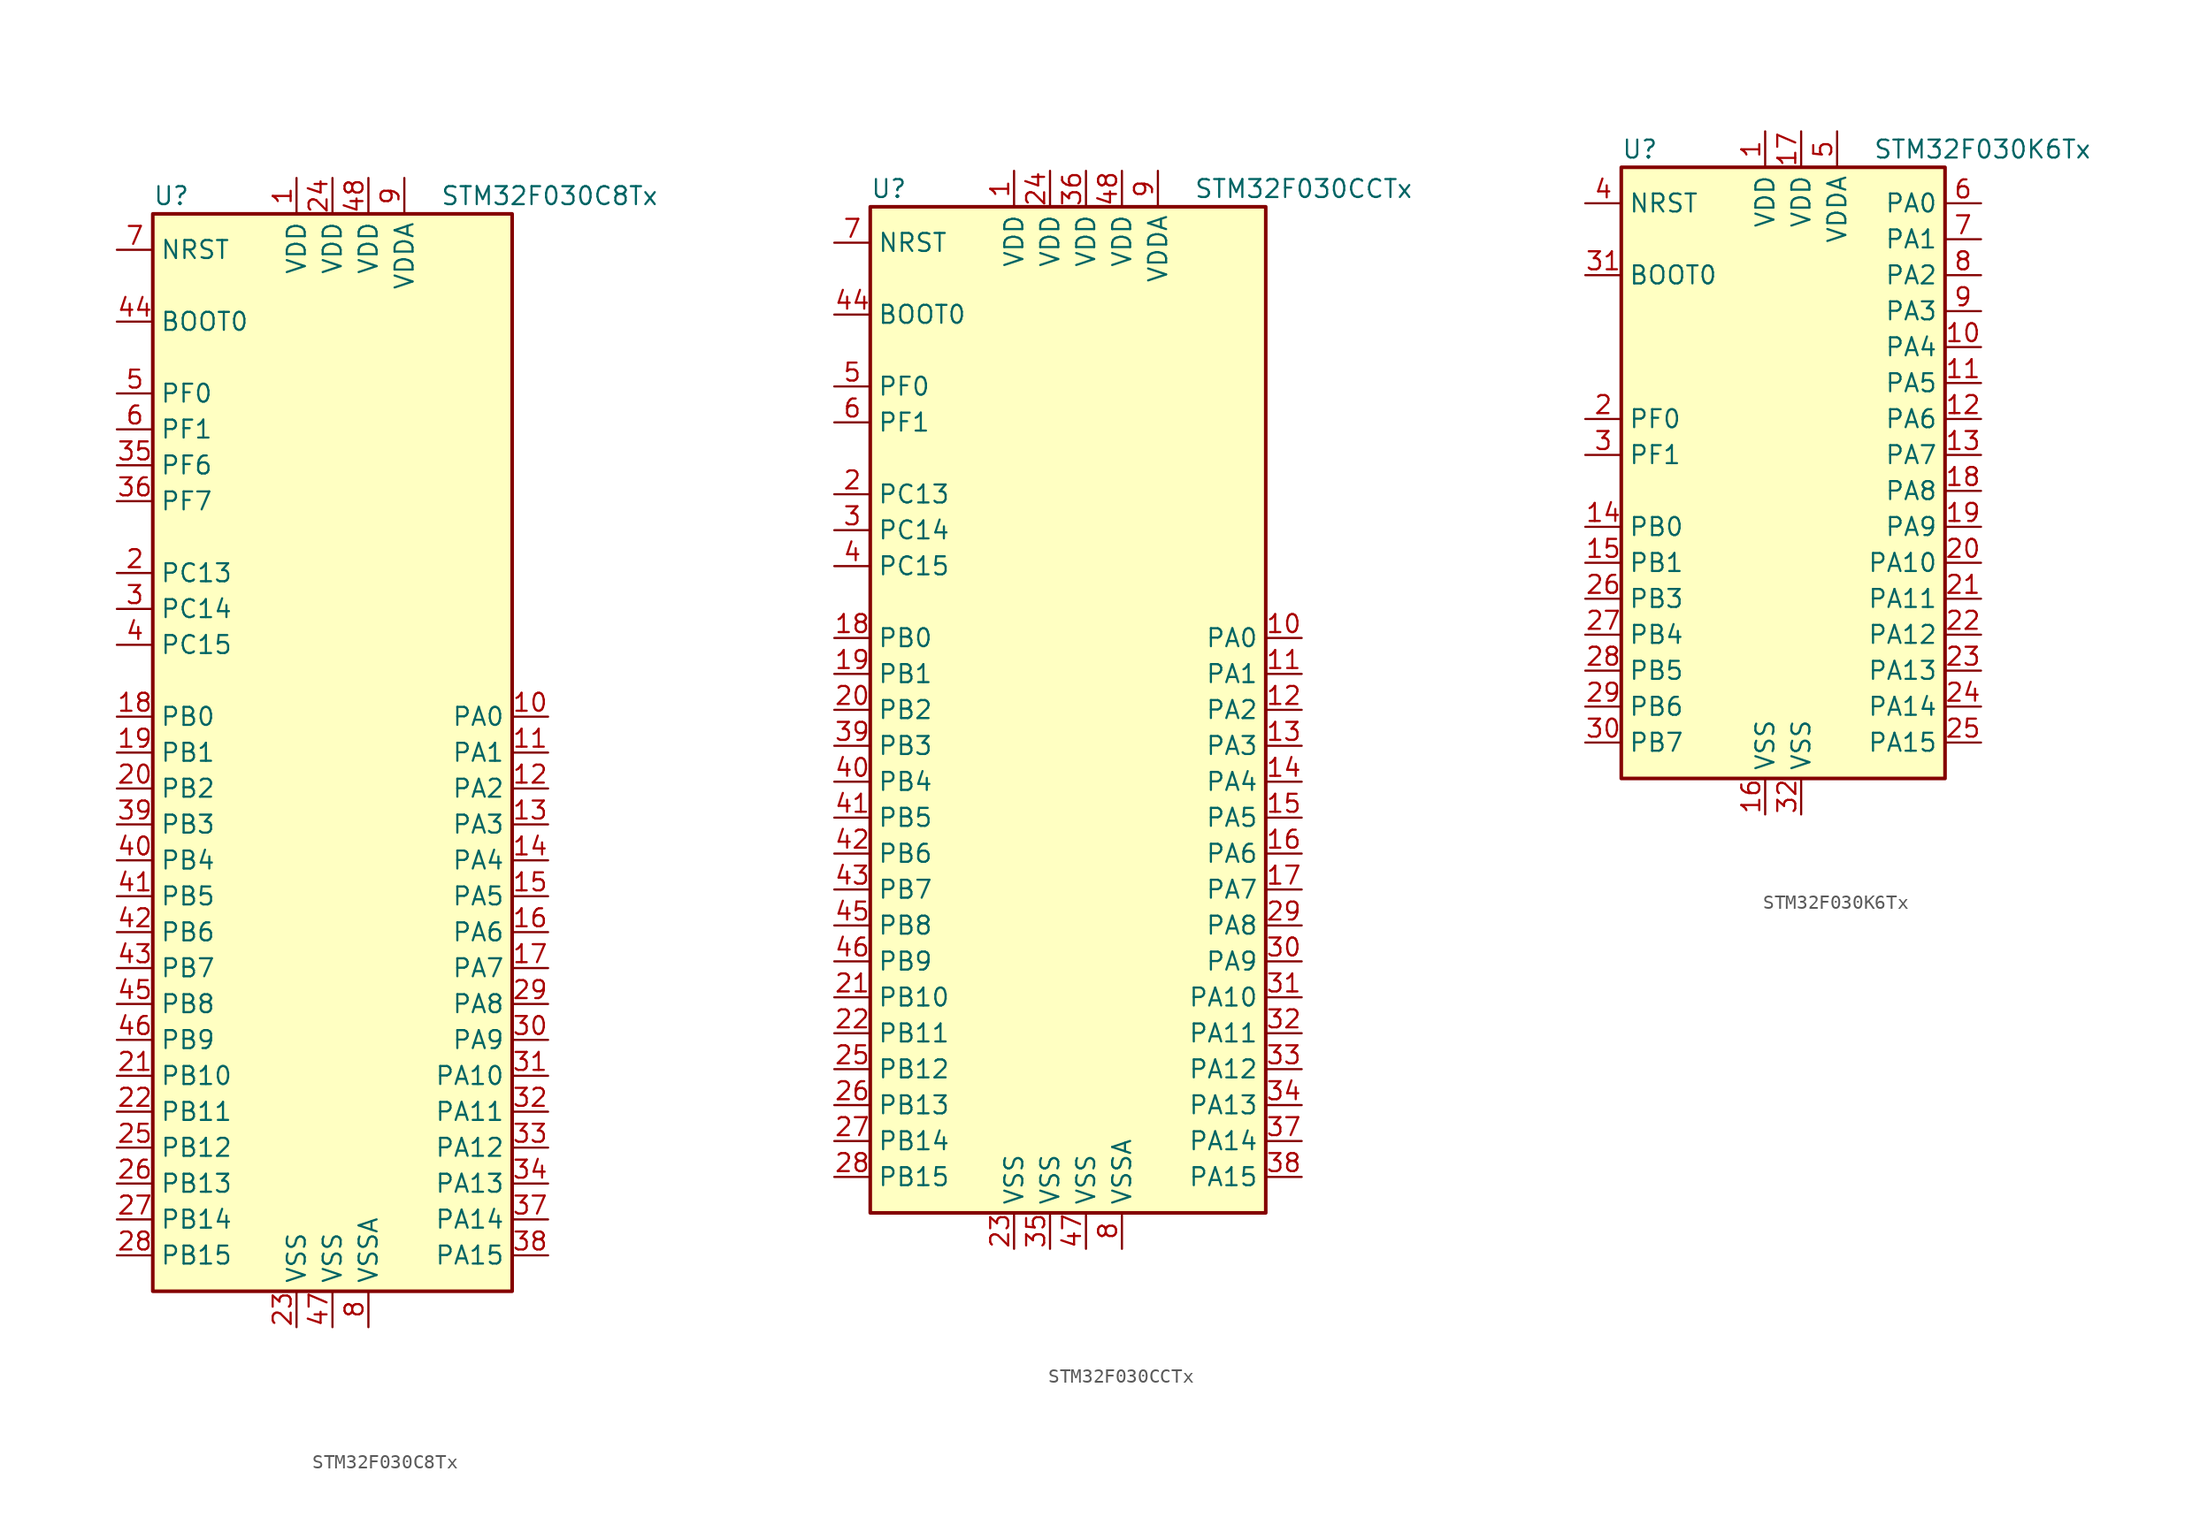
<source format=kicad_sym>
(kicad_symbol_lib
  (version 20201005)
  (generator kicad_symbol_editor)
  (symbol "MCU_ST_STM32F0:STM32F030C8Tx"
    (property "Reference" "U"
      (at -12.7 39.37 0)
      (effects (font (size 1.27 1.27)) (justify left)))
    (property "Value" "STM32F030C8Tx"
      (at 7.62 39.37 0)
      (effects (font (size 1.27 1.27)) (justify left)))
    (symbol "STM32F030C8Tx_0_1"
      (rectangle (start -12.7 -38.1) (end 12.7 38.1) (stroke (width 0.254)) (fill (type background))))
    (symbol "STM32F030C8Tx_1_1"
      (pin power_in line (at -2.54 40.64 270) (length 2.54) (name "VDD" (effects (font (size 1.27 1.27)))) (number "1" (effects (font (size 1.27 1.27)))))
      (pin bidirectional line (at 15.24 2.54 180) (length 2.54) (name "PA0" (effects (font (size 1.27 1.27)))) (number "10" (effects (font (size 1.27 1.27)))))
      (pin bidirectional line (at 15.24 0 180) (length 2.54) (name "PA1" (effects (font (size 1.27 1.27)))) (number "11" (effects (font (size 1.27 1.27)))))
      (pin bidirectional line (at 15.24 -2.54 180) (length 2.54) (name "PA2" (effects (font (size 1.27 1.27)))) (number "12" (effects (font (size 1.27 1.27)))))
      (pin bidirectional line (at 15.24 -5.08 180) (length 2.54) (name "PA3" (effects (font (size 1.27 1.27)))) (number "13" (effects (font (size 1.27 1.27)))))
      (pin bidirectional line (at 15.24 -7.62 180) (length 2.54) (name "PA4" (effects (font (size 1.27 1.27)))) (number "14" (effects (font (size 1.27 1.27)))))
      (pin bidirectional line (at 15.24 -10.16 180) (length 2.54) (name "PA5" (effects (font (size 1.27 1.27)))) (number "15" (effects (font (size 1.27 1.27)))))
      (pin bidirectional line (at 15.24 -12.7 180) (length 2.54) (name "PA6" (effects (font (size 1.27 1.27)))) (number "16" (effects (font (size 1.27 1.27)))))
      (pin bidirectional line (at 15.24 -15.24 180) (length 2.54) (name "PA7" (effects (font (size 1.27 1.27)))) (number "17" (effects (font (size 1.27 1.27)))))
      (pin bidirectional line (at -15.24 2.54 0) (length 2.54) (name "PB0" (effects (font (size 1.27 1.27)))) (number "18" (effects (font (size 1.27 1.27)))))
      (pin bidirectional line (at -15.24 0 0) (length 2.54) (name "PB1" (effects (font (size 1.27 1.27)))) (number "19" (effects (font (size 1.27 1.27)))))
      (pin bidirectional line (at -15.24 12.7 0) (length 2.54) (name "PC13" (effects (font (size 1.27 1.27)))) (number "2" (effects (font (size 1.27 1.27)))))
      (pin bidirectional line (at -15.24 -2.54 0) (length 2.54) (name "PB2" (effects (font (size 1.27 1.27)))) (number "20" (effects (font (size 1.27 1.27)))))
      (pin bidirectional line (at -15.24 -22.86 0) (length 2.54) (name "PB10" (effects (font (size 1.27 1.27)))) (number "21" (effects (font (size 1.27 1.27)))))
      (pin bidirectional line (at -15.24 -25.4 0) (length 2.54) (name "PB11" (effects (font (size 1.27 1.27)))) (number "22" (effects (font (size 1.27 1.27)))))
      (pin power_in line (at -2.54 -40.64 90) (length 2.54) (name "VSS" (effects (font (size 1.27 1.27)))) (number "23" (effects (font (size 1.27 1.27)))))
      (pin power_in line (at 0 40.64 270) (length 2.54) (name "VDD" (effects (font (size 1.27 1.27)))) (number "24" (effects (font (size 1.27 1.27)))))
      (pin bidirectional line (at -15.24 -27.94 0) (length 2.54) (name "PB12" (effects (font (size 1.27 1.27)))) (number "25" (effects (font (size 1.27 1.27)))))
      (pin bidirectional line (at -15.24 -30.48 0) (length 2.54) (name "PB13" (effects (font (size 1.27 1.27)))) (number "26" (effects (font (size 1.27 1.27)))))
      (pin bidirectional line (at -15.24 -33.02 0) (length 2.54) (name "PB14" (effects (font (size 1.27 1.27)))) (number "27" (effects (font (size 1.27 1.27)))))
      (pin bidirectional line (at -15.24 -35.56 0) (length 2.54) (name "PB15" (effects (font (size 1.27 1.27)))) (number "28" (effects (font (size 1.27 1.27)))))
      (pin bidirectional line (at 15.24 -17.78 180) (length 2.54) (name "PA8" (effects (font (size 1.27 1.27)))) (number "29" (effects (font (size 1.27 1.27)))))
      (pin bidirectional line (at -15.24 10.16 0) (length 2.54) (name "PC14" (effects (font (size 1.27 1.27)))) (number "3" (effects (font (size 1.27 1.27)))))
      (pin bidirectional line (at 15.24 -20.32 180) (length 2.54) (name "PA9" (effects (font (size 1.27 1.27)))) (number "30" (effects (font (size 1.27 1.27)))))
      (pin bidirectional line (at 15.24 -22.86 180) (length 2.54) (name "PA10" (effects (font (size 1.27 1.27)))) (number "31" (effects (font (size 1.27 1.27)))))
      (pin bidirectional line (at 15.24 -25.4 180) (length 2.54) (name "PA11" (effects (font (size 1.27 1.27)))) (number "32" (effects (font (size 1.27 1.27)))))
      (pin bidirectional line (at 15.24 -27.94 180) (length 2.54) (name "PA12" (effects (font (size 1.27 1.27)))) (number "33" (effects (font (size 1.27 1.27)))))
      (pin bidirectional line (at 15.24 -30.48 180) (length 2.54) (name "PA13" (effects (font (size 1.27 1.27)))) (number "34" (effects (font (size 1.27 1.27)))))
      (pin bidirectional line (at -15.24 20.32 0) (length 2.54) (name "PF6" (effects (font (size 1.27 1.27)))) (number "35" (effects (font (size 1.27 1.27)))))
      (pin bidirectional line (at -15.24 17.78 0) (length 2.54) (name "PF7" (effects (font (size 1.27 1.27)))) (number "36" (effects (font (size 1.27 1.27)))))
      (pin bidirectional line (at 15.24 -33.02 180) (length 2.54) (name "PA14" (effects (font (size 1.27 1.27)))) (number "37" (effects (font (size 1.27 1.27)))))
      (pin bidirectional line (at 15.24 -35.56 180) (length 2.54) (name "PA15" (effects (font (size 1.27 1.27)))) (number "38" (effects (font (size 1.27 1.27)))))
      (pin bidirectional line (at -15.24 -5.08 0) (length 2.54) (name "PB3" (effects (font (size 1.27 1.27)))) (number "39" (effects (font (size 1.27 1.27)))))
      (pin bidirectional line (at -15.24 7.62 0) (length 2.54) (name "PC15" (effects (font (size 1.27 1.27)))) (number "4" (effects (font (size 1.27 1.27)))))
      (pin bidirectional line (at -15.24 -7.62 0) (length 2.54) (name "PB4" (effects (font (size 1.27 1.27)))) (number "40" (effects (font (size 1.27 1.27)))))
      (pin bidirectional line (at -15.24 -10.16 0) (length 2.54) (name "PB5" (effects (font (size 1.27 1.27)))) (number "41" (effects (font (size 1.27 1.27)))))
      (pin bidirectional line (at -15.24 -12.7 0) (length 2.54) (name "PB6" (effects (font (size 1.27 1.27)))) (number "42" (effects (font (size 1.27 1.27)))))
      (pin bidirectional line (at -15.24 -15.24 0) (length 2.54) (name "PB7" (effects (font (size 1.27 1.27)))) (number "43" (effects (font (size 1.27 1.27)))))
      (pin input line (at -15.24 30.48 0) (length 2.54) (name "BOOT0" (effects (font (size 1.27 1.27)))) (number "44" (effects (font (size 1.27 1.27)))))
      (pin bidirectional line (at -15.24 -17.78 0) (length 2.54) (name "PB8" (effects (font (size 1.27 1.27)))) (number "45" (effects (font (size 1.27 1.27)))))
      (pin bidirectional line (at -15.24 -20.32 0) (length 2.54) (name "PB9" (effects (font (size 1.27 1.27)))) (number "46" (effects (font (size 1.27 1.27)))))
      (pin power_in line (at 0 -40.64 90) (length 2.54) (name "VSS" (effects (font (size 1.27 1.27)))) (number "47" (effects (font (size 1.27 1.27)))))
      (pin power_in line (at 2.54 40.64 270) (length 2.54) (name "VDD" (effects (font (size 1.27 1.27)))) (number "48" (effects (font (size 1.27 1.27)))))
      (pin input line (at -15.24 25.4 0) (length 2.54) (name "PF0" (effects (font (size 1.27 1.27)))) (number "5" (effects (font (size 1.27 1.27)))))
      (pin input line (at -15.24 22.86 0) (length 2.54) (name "PF1" (effects (font (size 1.27 1.27)))) (number "6" (effects (font (size 1.27 1.27)))))
      (pin input line (at -15.24 35.56 0) (length 2.54) (name "NRST" (effects (font (size 1.27 1.27)))) (number "7" (effects (font (size 1.27 1.27)))))
      (pin power_in line (at 2.54 -40.64 90) (length 2.54) (name "VSSA" (effects (font (size 1.27 1.27)))) (number "8" (effects (font (size 1.27 1.27)))))
      (pin power_in line (at 5.08 40.64 270) (length 2.54) (name "VDDA" (effects (font (size 1.27 1.27)))) (number "9" (effects (font (size 1.27 1.27)))))))
  (symbol "MCU_ST_STM32F0:STM32F030CCTx"
    (property "Reference" "U"
      (at -15.24 36.83 0)
      (effects (font (size 1.27 1.27)) (justify left)))
    (property "Value" "STM32F030CCTx"
      (at 7.62 36.83 0)
      (effects (font (size 1.27 1.27)) (justify left)))
    (symbol "STM32F030CCTx_0_1"
      (rectangle (start -15.24 -35.56) (end 12.7 35.56) (stroke (width 0.254)) (fill (type background))))
    (symbol "STM32F030CCTx_1_1"
      (pin power_in line (at -5.08 38.1 270) (length 2.54) (name "VDD" (effects (font (size 1.27 1.27)))) (number "1" (effects (font (size 1.27 1.27)))))
      (pin bidirectional line (at 15.24 5.08 180) (length 2.54) (name "PA0" (effects (font (size 1.27 1.27)))) (number "10" (effects (font (size 1.27 1.27)))))
      (pin bidirectional line (at 15.24 2.54 180) (length 2.54) (name "PA1" (effects (font (size 1.27 1.27)))) (number "11" (effects (font (size 1.27 1.27)))))
      (pin bidirectional line (at 15.24 0 180) (length 2.54) (name "PA2" (effects (font (size 1.27 1.27)))) (number "12" (effects (font (size 1.27 1.27)))))
      (pin bidirectional line (at 15.24 -2.54 180) (length 2.54) (name "PA3" (effects (font (size 1.27 1.27)))) (number "13" (effects (font (size 1.27 1.27)))))
      (pin bidirectional line (at 15.24 -5.08 180) (length 2.54) (name "PA4" (effects (font (size 1.27 1.27)))) (number "14" (effects (font (size 1.27 1.27)))))
      (pin bidirectional line (at 15.24 -7.62 180) (length 2.54) (name "PA5" (effects (font (size 1.27 1.27)))) (number "15" (effects (font (size 1.27 1.27)))))
      (pin bidirectional line (at 15.24 -10.16 180) (length 2.54) (name "PA6" (effects (font (size 1.27 1.27)))) (number "16" (effects (font (size 1.27 1.27)))))
      (pin bidirectional line (at 15.24 -12.7 180) (length 2.54) (name "PA7" (effects (font (size 1.27 1.27)))) (number "17" (effects (font (size 1.27 1.27)))))
      (pin bidirectional line (at -17.78 5.08 0) (length 2.54) (name "PB0" (effects (font (size 1.27 1.27)))) (number "18" (effects (font (size 1.27 1.27)))))
      (pin bidirectional line (at -17.78 2.54 0) (length 2.54) (name "PB1" (effects (font (size 1.27 1.27)))) (number "19" (effects (font (size 1.27 1.27)))))
      (pin bidirectional line (at -17.78 15.24 0) (length 2.54) (name "PC13" (effects (font (size 1.27 1.27)))) (number "2" (effects (font (size 1.27 1.27)))))
      (pin bidirectional line (at -17.78 0 0) (length 2.54) (name "PB2" (effects (font (size 1.27 1.27)))) (number "20" (effects (font (size 1.27 1.27)))))
      (pin bidirectional line (at -17.78 -20.32 0) (length 2.54) (name "PB10" (effects (font (size 1.27 1.27)))) (number "21" (effects (font (size 1.27 1.27)))))
      (pin bidirectional line (at -17.78 -22.86 0) (length 2.54) (name "PB11" (effects (font (size 1.27 1.27)))) (number "22" (effects (font (size 1.27 1.27)))))
      (pin power_in line (at -5.08 -38.1 90) (length 2.54) (name "VSS" (effects (font (size 1.27 1.27)))) (number "23" (effects (font (size 1.27 1.27)))))
      (pin power_in line (at -2.54 38.1 270) (length 2.54) (name "VDD" (effects (font (size 1.27 1.27)))) (number "24" (effects (font (size 1.27 1.27)))))
      (pin bidirectional line (at -17.78 -25.4 0) (length 2.54) (name "PB12" (effects (font (size 1.27 1.27)))) (number "25" (effects (font (size 1.27 1.27)))))
      (pin bidirectional line (at -17.78 -27.94 0) (length 2.54) (name "PB13" (effects (font (size 1.27 1.27)))) (number "26" (effects (font (size 1.27 1.27)))))
      (pin bidirectional line (at -17.78 -30.48 0) (length 2.54) (name "PB14" (effects (font (size 1.27 1.27)))) (number "27" (effects (font (size 1.27 1.27)))))
      (pin bidirectional line (at -17.78 -33.02 0) (length 2.54) (name "PB15" (effects (font (size 1.27 1.27)))) (number "28" (effects (font (size 1.27 1.27)))))
      (pin bidirectional line (at 15.24 -15.24 180) (length 2.54) (name "PA8" (effects (font (size 1.27 1.27)))) (number "29" (effects (font (size 1.27 1.27)))))
      (pin bidirectional line (at -17.78 12.7 0) (length 2.54) (name "PC14" (effects (font (size 1.27 1.27)))) (number "3" (effects (font (size 1.27 1.27)))))
      (pin bidirectional line (at 15.24 -17.78 180) (length 2.54) (name "PA9" (effects (font (size 1.27 1.27)))) (number "30" (effects (font (size 1.27 1.27)))))
      (pin bidirectional line (at 15.24 -20.32 180) (length 2.54) (name "PA10" (effects (font (size 1.27 1.27)))) (number "31" (effects (font (size 1.27 1.27)))))
      (pin bidirectional line (at 15.24 -22.86 180) (length 2.54) (name "PA11" (effects (font (size 1.27 1.27)))) (number "32" (effects (font (size 1.27 1.27)))))
      (pin bidirectional line (at 15.24 -25.4 180) (length 2.54) (name "PA12" (effects (font (size 1.27 1.27)))) (number "33" (effects (font (size 1.27 1.27)))))
      (pin bidirectional line (at 15.24 -27.94 180) (length 2.54) (name "PA13" (effects (font (size 1.27 1.27)))) (number "34" (effects (font (size 1.27 1.27)))))
      (pin power_in line (at -2.54 -38.1 90) (length 2.54) (name "VSS" (effects (font (size 1.27 1.27)))) (number "35" (effects (font (size 1.27 1.27)))))
      (pin power_in line (at 0 38.1 270) (length 2.54) (name "VDD" (effects (font (size 1.27 1.27)))) (number "36" (effects (font (size 1.27 1.27)))))
      (pin bidirectional line (at 15.24 -30.48 180) (length 2.54) (name "PA14" (effects (font (size 1.27 1.27)))) (number "37" (effects (font (size 1.27 1.27)))))
      (pin bidirectional line (at 15.24 -33.02 180) (length 2.54) (name "PA15" (effects (font (size 1.27 1.27)))) (number "38" (effects (font (size 1.27 1.27)))))
      (pin bidirectional line (at -17.78 -2.54 0) (length 2.54) (name "PB3" (effects (font (size 1.27 1.27)))) (number "39" (effects (font (size 1.27 1.27)))))
      (pin bidirectional line (at -17.78 10.16 0) (length 2.54) (name "PC15" (effects (font (size 1.27 1.27)))) (number "4" (effects (font (size 1.27 1.27)))))
      (pin bidirectional line (at -17.78 -5.08 0) (length 2.54) (name "PB4" (effects (font (size 1.27 1.27)))) (number "40" (effects (font (size 1.27 1.27)))))
      (pin bidirectional line (at -17.78 -7.62 0) (length 2.54) (name "PB5" (effects (font (size 1.27 1.27)))) (number "41" (effects (font (size 1.27 1.27)))))
      (pin bidirectional line (at -17.78 -10.16 0) (length 2.54) (name "PB6" (effects (font (size 1.27 1.27)))) (number "42" (effects (font (size 1.27 1.27)))))
      (pin bidirectional line (at -17.78 -12.7 0) (length 2.54) (name "PB7" (effects (font (size 1.27 1.27)))) (number "43" (effects (font (size 1.27 1.27)))))
      (pin input line (at -17.78 27.94 0) (length 2.54) (name "BOOT0" (effects (font (size 1.27 1.27)))) (number "44" (effects (font (size 1.27 1.27)))))
      (pin bidirectional line (at -17.78 -15.24 0) (length 2.54) (name "PB8" (effects (font (size 1.27 1.27)))) (number "45" (effects (font (size 1.27 1.27)))))
      (pin bidirectional line (at -17.78 -17.78 0) (length 2.54) (name "PB9" (effects (font (size 1.27 1.27)))) (number "46" (effects (font (size 1.27 1.27)))))
      (pin power_in line (at 0 -38.1 90) (length 2.54) (name "VSS" (effects (font (size 1.27 1.27)))) (number "47" (effects (font (size 1.27 1.27)))))
      (pin power_in line (at 2.54 38.1 270) (length 2.54) (name "VDD" (effects (font (size 1.27 1.27)))) (number "48" (effects (font (size 1.27 1.27)))))
      (pin input line (at -17.78 22.86 0) (length 2.54) (name "PF0" (effects (font (size 1.27 1.27)))) (number "5" (effects (font (size 1.27 1.27)))))
      (pin input line (at -17.78 20.32 0) (length 2.54) (name "PF1" (effects (font (size 1.27 1.27)))) (number "6" (effects (font (size 1.27 1.27)))))
      (pin input line (at -17.78 33.02 0) (length 2.54) (name "NRST" (effects (font (size 1.27 1.27)))) (number "7" (effects (font (size 1.27 1.27)))))
      (pin power_in line (at 2.54 -38.1 90) (length 2.54) (name "VSSA" (effects (font (size 1.27 1.27)))) (number "8" (effects (font (size 1.27 1.27)))))
      (pin power_in line (at 5.08 38.1 270) (length 2.54) (name "VDDA" (effects (font (size 1.27 1.27)))) (number "9" (effects (font (size 1.27 1.27)))))))
  (symbol "MCU_ST_STM32F0:STM32F030K6Tx"
    (property "Reference" "U"
      (at -12.7 21.59 0)
      (effects (font (size 1.27 1.27)) (justify left)))
    (property "Value" "STM32F030K6Tx"
      (at 5.08 21.59 0)
      (effects (font (size 1.27 1.27)) (justify left)))
    (symbol "STM32F030K6Tx_0_1"
      (rectangle (start -12.7 -22.86) (end 10.16 20.32) (stroke (width 0.254)) (fill (type background))))
    (symbol "STM32F030K6Tx_1_1"
      (pin power_in line (at -2.54 22.86 270) (length 2.54) (name "VDD" (effects (font (size 1.27 1.27)))) (number "1" (effects (font (size 1.27 1.27)))))
      (pin bidirectional line (at 12.7 7.62 180) (length 2.54) (name "PA4" (effects (font (size 1.27 1.27)))) (number "10" (effects (font (size 1.27 1.27)))))
      (pin bidirectional line (at 12.7 5.08 180) (length 2.54) (name "PA5" (effects (font (size 1.27 1.27)))) (number "11" (effects (font (size 1.27 1.27)))))
      (pin bidirectional line (at 12.7 2.54 180) (length 2.54) (name "PA6" (effects (font (size 1.27 1.27)))) (number "12" (effects (font (size 1.27 1.27)))))
      (pin bidirectional line (at 12.7 0 180) (length 2.54) (name "PA7" (effects (font (size 1.27 1.27)))) (number "13" (effects (font (size 1.27 1.27)))))
      (pin bidirectional line (at -15.24 -5.08 0) (length 2.54) (name "PB0" (effects (font (size 1.27 1.27)))) (number "14" (effects (font (size 1.27 1.27)))))
      (pin bidirectional line (at -15.24 -7.62 0) (length 2.54) (name "PB1" (effects (font (size 1.27 1.27)))) (number "15" (effects (font (size 1.27 1.27)))))
      (pin power_in line (at -2.54 -25.4 90) (length 2.54) (name "VSS" (effects (font (size 1.27 1.27)))) (number "16" (effects (font (size 1.27 1.27)))))
      (pin power_in line (at 0 22.86 270) (length 2.54) (name "VDD" (effects (font (size 1.27 1.27)))) (number "17" (effects (font (size 1.27 1.27)))))
      (pin bidirectional line (at 12.7 -2.54 180) (length 2.54) (name "PA8" (effects (font (size 1.27 1.27)))) (number "18" (effects (font (size 1.27 1.27)))))
      (pin bidirectional line (at 12.7 -5.08 180) (length 2.54) (name "PA9" (effects (font (size 1.27 1.27)))) (number "19" (effects (font (size 1.27 1.27)))))
      (pin input line (at -15.24 2.54 0) (length 2.54) (name "PF0" (effects (font (size 1.27 1.27)))) (number "2" (effects (font (size 1.27 1.27)))))
      (pin bidirectional line (at 12.7 -7.62 180) (length 2.54) (name "PA10" (effects (font (size 1.27 1.27)))) (number "20" (effects (font (size 1.27 1.27)))))
      (pin bidirectional line (at 12.7 -10.16 180) (length 2.54) (name "PA11" (effects (font (size 1.27 1.27)))) (number "21" (effects (font (size 1.27 1.27)))))
      (pin bidirectional line (at 12.7 -12.7 180) (length 2.54) (name "PA12" (effects (font (size 1.27 1.27)))) (number "22" (effects (font (size 1.27 1.27)))))
      (pin bidirectional line (at 12.7 -15.24 180) (length 2.54) (name "PA13" (effects (font (size 1.27 1.27)))) (number "23" (effects (font (size 1.27 1.27)))))
      (pin bidirectional line (at 12.7 -17.78 180) (length 2.54) (name "PA14" (effects (font (size 1.27 1.27)))) (number "24" (effects (font (size 1.27 1.27)))))
      (pin bidirectional line (at 12.7 -20.32 180) (length 2.54) (name "PA15" (effects (font (size 1.27 1.27)))) (number "25" (effects (font (size 1.27 1.27)))))
      (pin bidirectional line (at -15.24 -10.16 0) (length 2.54) (name "PB3" (effects (font (size 1.27 1.27)))) (number "26" (effects (font (size 1.27 1.27)))))
      (pin bidirectional line (at -15.24 -12.7 0) (length 2.54) (name "PB4" (effects (font (size 1.27 1.27)))) (number "27" (effects (font (size 1.27 1.27)))))
      (pin bidirectional line (at -15.24 -15.24 0) (length 2.54) (name "PB5" (effects (font (size 1.27 1.27)))) (number "28" (effects (font (size 1.27 1.27)))))
      (pin bidirectional line (at -15.24 -17.78 0) (length 2.54) (name "PB6" (effects (font (size 1.27 1.27)))) (number "29" (effects (font (size 1.27 1.27)))))
      (pin input line (at -15.24 0 0) (length 2.54) (name "PF1" (effects (font (size 1.27 1.27)))) (number "3" (effects (font (size 1.27 1.27)))))
      (pin bidirectional line (at -15.24 -20.32 0) (length 2.54) (name "PB7" (effects (font (size 1.27 1.27)))) (number "30" (effects (font (size 1.27 1.27)))))
      (pin input line (at -15.24 12.7 0) (length 2.54) (name "BOOT0" (effects (font (size 1.27 1.27)))) (number "31" (effects (font (size 1.27 1.27)))))
      (pin power_in line (at 0 -25.4 90) (length 2.54) (name "VSS" (effects (font (size 1.27 1.27)))) (number "32" (effects (font (size 1.27 1.27)))))
      (pin input line (at -15.24 17.78 0) (length 2.54) (name "NRST" (effects (font (size 1.27 1.27)))) (number "4" (effects (font (size 1.27 1.27)))))
      (pin power_in line (at 2.54 22.86 270) (length 2.54) (name "VDDA" (effects (font (size 1.27 1.27)))) (number "5" (effects (font (size 1.27 1.27)))))
      (pin bidirectional line (at 12.7 17.78 180) (length 2.54) (name "PA0" (effects (font (size 1.27 1.27)))) (number "6" (effects (font (size 1.27 1.27)))))
      (pin bidirectional line (at 12.7 15.24 180) (length 2.54) (name "PA1" (effects (font (size 1.27 1.27)))) (number "7" (effects (font (size 1.27 1.27)))))
      (pin bidirectional line (at 12.7 12.7 180) (length 2.54) (name "PA2" (effects (font (size 1.27 1.27)))) (number "8" (effects (font (size 1.27 1.27)))))
      (pin bidirectional line (at 12.7 10.16 180) (length 2.54) (name "PA3" (effects (font (size 1.27 1.27)))) (number "9" (effects (font (size 1.27 1.27))))))))
</source>
